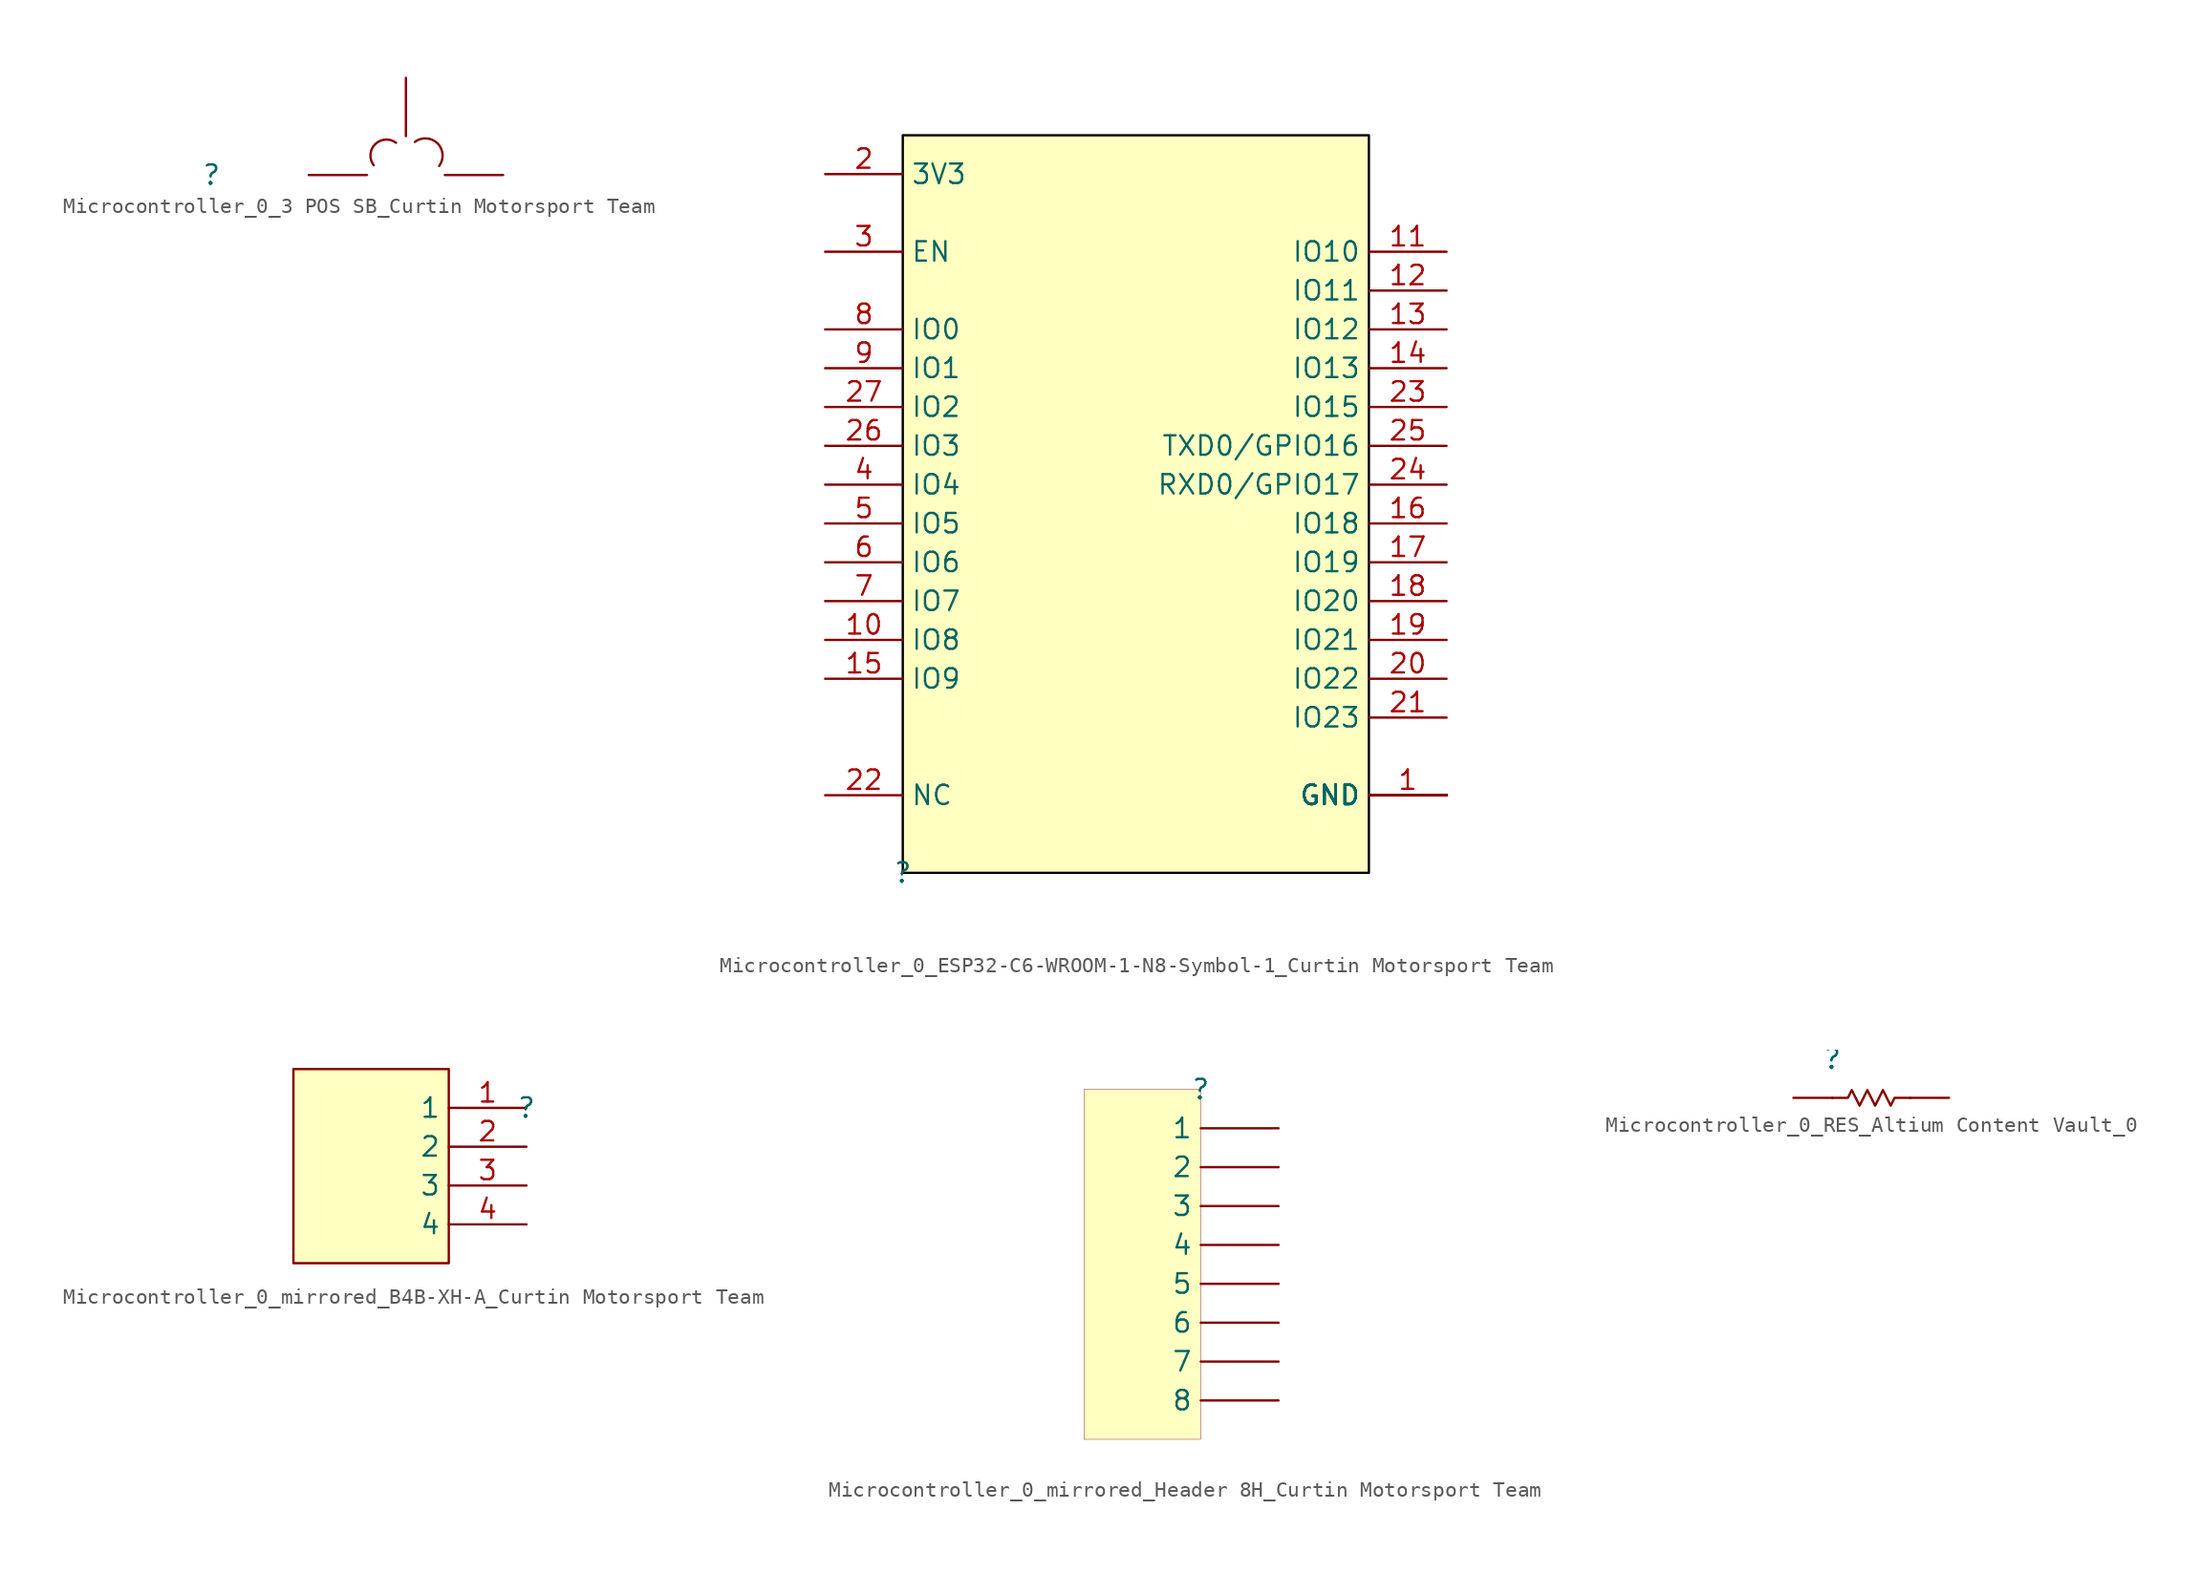
<source format=kicad_sym>
(kicad_symbol_lib
  (version 20241209)
  (generator "kicad_symbol_editor")
  (generator_version "9.0")
  (symbol "Microcontroller_0_3 POS SB_Curtin Motorsport Team"
    (pin_numbers
      (hide yes))
    (pin_names
      (hide yes))
    (property "Reference" ""
      (at 0 0 0)
      (effects (font (size 1.27 1.27))))
    (property "Value" ""
      (at 0 0 0)
      (effects (font (size 1.27 1.27))))
    (symbol "Microcontroller_0_3 POS SB_Curtin Motorsport Team_1_0"
      (arc (start 10.6 0.6334) (mid 10.6864 2.0056) (end 12.0576 2.1068) (stroke (width 0) (type solid)) (fill (type none)))
      (arc (start 13.2866 2.1611) (mid 14.7598 2.0683) (end 14.8684 0.5962) (stroke (width 0) (type solid)) (fill (type none)))
      (pin passive line (at 6.35 0 0) (length 3.81) (name "1" (effects (font (size 1.27 1.27)))) (number "1" (effects (font (size 1.27 1.27)))))
      (pin passive line (at 12.7 6.35 270) (length 3.81) (name "2" (effects (font (size 1.27 1.27)))) (number "2" (effects (font (size 1.27 1.27)))))
      (pin passive line (at 19.05 0 180) (length 3.81) (name "3" (effects (font (size 1.27 1.27)))) (number "3" (effects (font (size 1.27 1.27)))))))
  (symbol "Microcontroller_0_ESP32-C6-WROOM-1-N8-Symbol-1_Curtin Motorsport Team"
    (property "Reference" ""
      (at 0 0 0)
      (effects (font (size 1.27 1.27))))
    (property "Value" ""
      (at 0 0 0)
      (effects (font (size 1.27 1.27))))
    (symbol "Microcontroller_0_ESP32-C6-WROOM-1-N8-Symbol-1_Curtin Motorsport Team_1_0"
      (rectangle (start 30.48 48.26) (end 0 0) (stroke (width 0) (type solid) (color 0 0 0 1)) (fill (type background)))
      (pin power_in line (at -5.08 45.72 0) (length 5.08) (name "3V3" (effects (font (size 1.27 1.27)))) (number "2" (effects (font (size 1.27 1.27)))))
      (pin input line (at -5.08 40.64 0) (length 5.08) (name "EN" (effects (font (size 1.27 1.27)))) (number "3" (effects (font (size 1.27 1.27)))))
      (pin bidirectional line (at -5.08 35.56 0) (length 5.08) (name "IO0" (effects (font (size 1.27 1.27)))) (number "8" (effects (font (size 1.27 1.27)))))
      (pin bidirectional line (at -5.08 33.02 0) (length 5.08) (name "IO1" (effects (font (size 1.27 1.27)))) (number "9" (effects (font (size 1.27 1.27)))))
      (pin bidirectional line (at -5.08 30.48 0) (length 5.08) (name "IO2" (effects (font (size 1.27 1.27)))) (number "27" (effects (font (size 1.27 1.27)))))
      (pin bidirectional line (at -5.08 27.94 0) (length 5.08) (name "IO3" (effects (font (size 1.27 1.27)))) (number "26" (effects (font (size 1.27 1.27)))))
      (pin bidirectional line (at -5.08 25.4 0) (length 5.08) (name "IO4" (effects (font (size 1.27 1.27)))) (number "4" (effects (font (size 1.27 1.27)))))
      (pin bidirectional line (at -5.08 22.86 0) (length 5.08) (name "IO5" (effects (font (size 1.27 1.27)))) (number "5" (effects (font (size 1.27 1.27)))))
      (pin bidirectional line (at -5.08 20.32 0) (length 5.08) (name "IO6" (effects (font (size 1.27 1.27)))) (number "6" (effects (font (size 1.27 1.27)))))
      (pin bidirectional line (at -5.08 17.78 0) (length 5.08) (name "IO7" (effects (font (size 1.27 1.27)))) (number "7" (effects (font (size 1.27 1.27)))))
      (pin bidirectional line (at -5.08 15.24 0) (length 5.08) (name "IO8" (effects (font (size 1.27 1.27)))) (number "10" (effects (font (size 1.27 1.27)))))
      (pin bidirectional line (at -5.08 12.7 0) (length 5.08) (name "IO9" (effects (font (size 1.27 1.27)))) (number "15" (effects (font (size 1.27 1.27)))))
      (pin passive line (at -5.08 5.08 0) (length 5.08) (name "NC" (effects (font (size 1.27 1.27)))) (number "22" (effects (font (size 1.27 1.27)))))
      (pin bidirectional line (at 35.56 40.64 180) (length 5.08) (name "IO10" (effects (font (size 1.27 1.27)))) (number "11" (effects (font (size 1.27 1.27)))))
      (pin bidirectional line (at 35.56 38.1 180) (length 5.08) (name "IO11" (effects (font (size 1.27 1.27)))) (number "12" (effects (font (size 1.27 1.27)))))
      (pin bidirectional line (at 35.56 35.56 180) (length 5.08) (name "IO12" (effects (font (size 1.27 1.27)))) (number "13" (effects (font (size 1.27 1.27)))))
      (pin bidirectional line (at 35.56 33.02 180) (length 5.08) (name "IO13" (effects (font (size 1.27 1.27)))) (number "14" (effects (font (size 1.27 1.27)))))
      (pin bidirectional line (at 35.56 30.48 180) (length 5.08) (name "IO15" (effects (font (size 1.27 1.27)))) (number "23" (effects (font (size 1.27 1.27)))))
      (pin bidirectional line (at 35.56 27.94 180) (length 5.08) (name "TXD0/GPIO16" (effects (font (size 1.27 1.27)))) (number "25" (effects (font (size 1.27 1.27)))))
      (pin bidirectional line (at 35.56 25.4 180) (length 5.08) (name "RXD0/GPIO17" (effects (font (size 1.27 1.27)))) (number "24" (effects (font (size 1.27 1.27)))))
      (pin bidirectional line (at 35.56 22.86 180) (length 5.08) (name "IO18" (effects (font (size 1.27 1.27)))) (number "16" (effects (font (size 1.27 1.27)))))
      (pin bidirectional line (at 35.56 20.32 180) (length 5.08) (name "IO19" (effects (font (size 1.27 1.27)))) (number "17" (effects (font (size 1.27 1.27)))))
      (pin bidirectional line (at 35.56 17.78 180) (length 5.08) (name "IO20" (effects (font (size 1.27 1.27)))) (number "18" (effects (font (size 1.27 1.27)))))
      (pin bidirectional line (at 35.56 15.24 180) (length 5.08) (name "IO21" (effects (font (size 1.27 1.27)))) (number "19" (effects (font (size 1.27 1.27)))))
      (pin bidirectional line (at 35.56 12.7 180) (length 5.08) (name "IO22" (effects (font (size 1.27 1.27)))) (number "20" (effects (font (size 1.27 1.27)))))
      (pin bidirectional line (at 35.56 10.16 180) (length 5.08) (name "IO23" (effects (font (size 1.27 1.27)))) (number "21" (effects (font (size 1.27 1.27)))))
      (pin power_in line (at 35.56 5.08 180) (length 5.08) (name "GND" (effects (font (size 1.27 1.27)))) (number "1" (effects (font (size 1.27 1.27)))))
      (pin power_in line (at 35.56 5.08 180) (length 5.08) (name "GND" (effects (font (size 1.27 1.27)))) (number "28" (effects (font (size 0 0)))))
      (pin power_in line (at 35.56 5.08 180) (length 5.08) (name "GND" (effects (font (size 1.27 1.27)))) (number "29_1" (effects (font (size 0 0)))))
      (pin power_in line (at 35.56 5.08 180) (length 5.08) (name "GND" (effects (font (size 1.27 1.27)))) (number "29_2" (effects (font (size 0 0)))))
      (pin power_in line (at 35.56 5.08 180) (length 5.08) (name "GND" (effects (font (size 1.27 1.27)))) (number "29_3" (effects (font (size 0 0)))))
      (pin power_in line (at 35.56 5.08 180) (length 5.08) (name "GND" (effects (font (size 1.27 1.27)))) (number "29_4" (effects (font (size 0 0)))))
      (pin power_in line (at 35.56 5.08 180) (length 5.08) (name "GND" (effects (font (size 1.27 1.27)))) (number "29_5" (effects (font (size 0 0)))))
      (pin power_in line (at 35.56 5.08 180) (length 5.08) (name "GND" (effects (font (size 1.27 1.27)))) (number "29_6" (effects (font (size 0 0)))))
      (pin power_in line (at 35.56 5.08 180) (length 5.08) (name "GND" (effects (font (size 1.27 1.27)))) (number "29_7" (effects (font (size 0 0)))))
      (pin power_in line (at 35.56 5.08 180) (length 5.08) (name "GND" (effects (font (size 1.27 1.27)))) (number "29_8" (effects (font (size 0 0)))))
      (pin power_in line (at 35.56 5.08 180) (length 5.08) (name "GND" (effects (font (size 1.27 1.27)))) (number "29_9" (effects (font (size 0 0)))))))
  (symbol "Microcontroller_0_mirrored_B4B-XH-A_Curtin Motorsport Team"
    (property "Reference" ""
      (at 0 0 0)
      (effects (font (size 1.27 1.27))))
    (property "Value" ""
      (at 0 0 0)
      (effects (font (size 1.27 1.27))))
    (symbol "Microcontroller_0_mirrored_B4B-XH-A_Curtin Motorsport Team_1_0"
      (rectangle (start -5.08 2.54) (end -15.24 -10.16) (stroke (width 0) (type solid) (color 128 0 0 1)) (fill (type background)))
      (pin passive line (at 0 0 180) (length 5.08) (name "1" (effects (font (size 1.27 1.27)))) (number "1" (effects (font (size 1.27 1.27)))))
      (pin passive line (at 0 -2.54 180) (length 5.08) (name "2" (effects (font (size 1.27 1.27)))) (number "2" (effects (font (size 1.27 1.27)))))
      (pin passive line (at 0 -5.08 180) (length 5.08) (name "3" (effects (font (size 1.27 1.27)))) (number "3" (effects (font (size 1.27 1.27)))))
      (pin passive line (at 0 -7.62 180) (length 5.08) (name "4" (effects (font (size 1.27 1.27)))) (number "4" (effects (font (size 1.27 1.27)))))))
  (symbol "Microcontroller_0_mirrored_Header 8H_Curtin Motorsport Team"
    (pin_numbers
      (hide yes))
    (property "Reference" ""
      (at 0 0 0)
      (effects (font (size 1.27 1.27))))
    (property "Value" ""
      (at 0 0 0)
      (effects (font (size 1.27 1.27))))
    (symbol "Microcontroller_0_mirrored_Header 8H_Curtin Motorsport Team_1_0"
      (rectangle (start 0 0) (end -7.62 -22.86) (stroke (width 0.025) (type solid) (color 128 0 0 1)) (fill (type background)))
      (pin passive line (at 5.08 -2.54 180) (length 5.08) (name "1" (effects (font (size 1.27 1.27)))) (number "1" (effects (font (size 1.27 1.27)))))
      (pin passive line (at 5.08 -5.08 180) (length 5.08) (name "2" (effects (font (size 1.27 1.27)))) (number "2" (effects (font (size 1.27 1.27)))))
      (pin passive line (at 5.08 -7.62 180) (length 5.08) (name "3" (effects (font (size 1.27 1.27)))) (number "3" (effects (font (size 1.27 1.27)))))
      (pin passive line (at 5.08 -10.16 180) (length 5.08) (name "4" (effects (font (size 1.27 1.27)))) (number "4" (effects (font (size 1.27 1.27)))))
      (pin passive line (at 5.08 -12.7 180) (length 5.08) (name "5" (effects (font (size 1.27 1.27)))) (number "5" (effects (font (size 1.27 1.27)))))
      (pin passive line (at 5.08 -15.24 180) (length 5.08) (name "6" (effects (font (size 1.27 1.27)))) (number "6" (effects (font (size 1.27 1.27)))))
      (pin passive line (at 5.08 -17.78 180) (length 5.08) (name "7" (effects (font (size 1.27 1.27)))) (number "7" (effects (font (size 1.27 1.27)))))
      (pin passive line (at 5.08 -20.32 180) (length 5.08) (name "8" (effects (font (size 1.27 1.27)))) (number "8" (effects (font (size 1.27 1.27)))))))
  (symbol "Microcontroller_0_RES_Altium Content Vault_0"
    (pin_numbers
      (hide yes))
    (pin_names
      (hide yes))
    (property "Reference" ""
      (at 0 0 0)
      (effects (font (size 1.27 1.27))))
    (property "Value" ""
      (at 0 0 0)
      (effects (font (size 1.27 1.27))))
    (symbol "Microcontroller_0_RES_Altium Content Vault_0_1_0"
      (polyline (pts (xy 5.08 -2.54) (xy 4.064 -2.54) (xy 3.81 -3.048) (xy 3.302 -2.032) (xy 2.794 -3.048) (xy 2.286 -2.032) (xy 1.778 -3.048) (xy 1.27 -2.032) (xy 1.016 -2.54) (xy 0 -2.54)) (stroke (width 0) (type solid)) (fill (type none)))
      (pin passive line (at -2.54 -2.54 0) (length 2.54) (name "1" (effects (font (size 1.27 1.27)))) (number "1" (effects (font (size 1.27 1.27)))))
      (pin passive line (at 7.62 -2.54 180) (length 2.54) (name "2" (effects (font (size 1.27 1.27)))) (number "2" (effects (font (size 1.27 1.27))))))))
</source>
